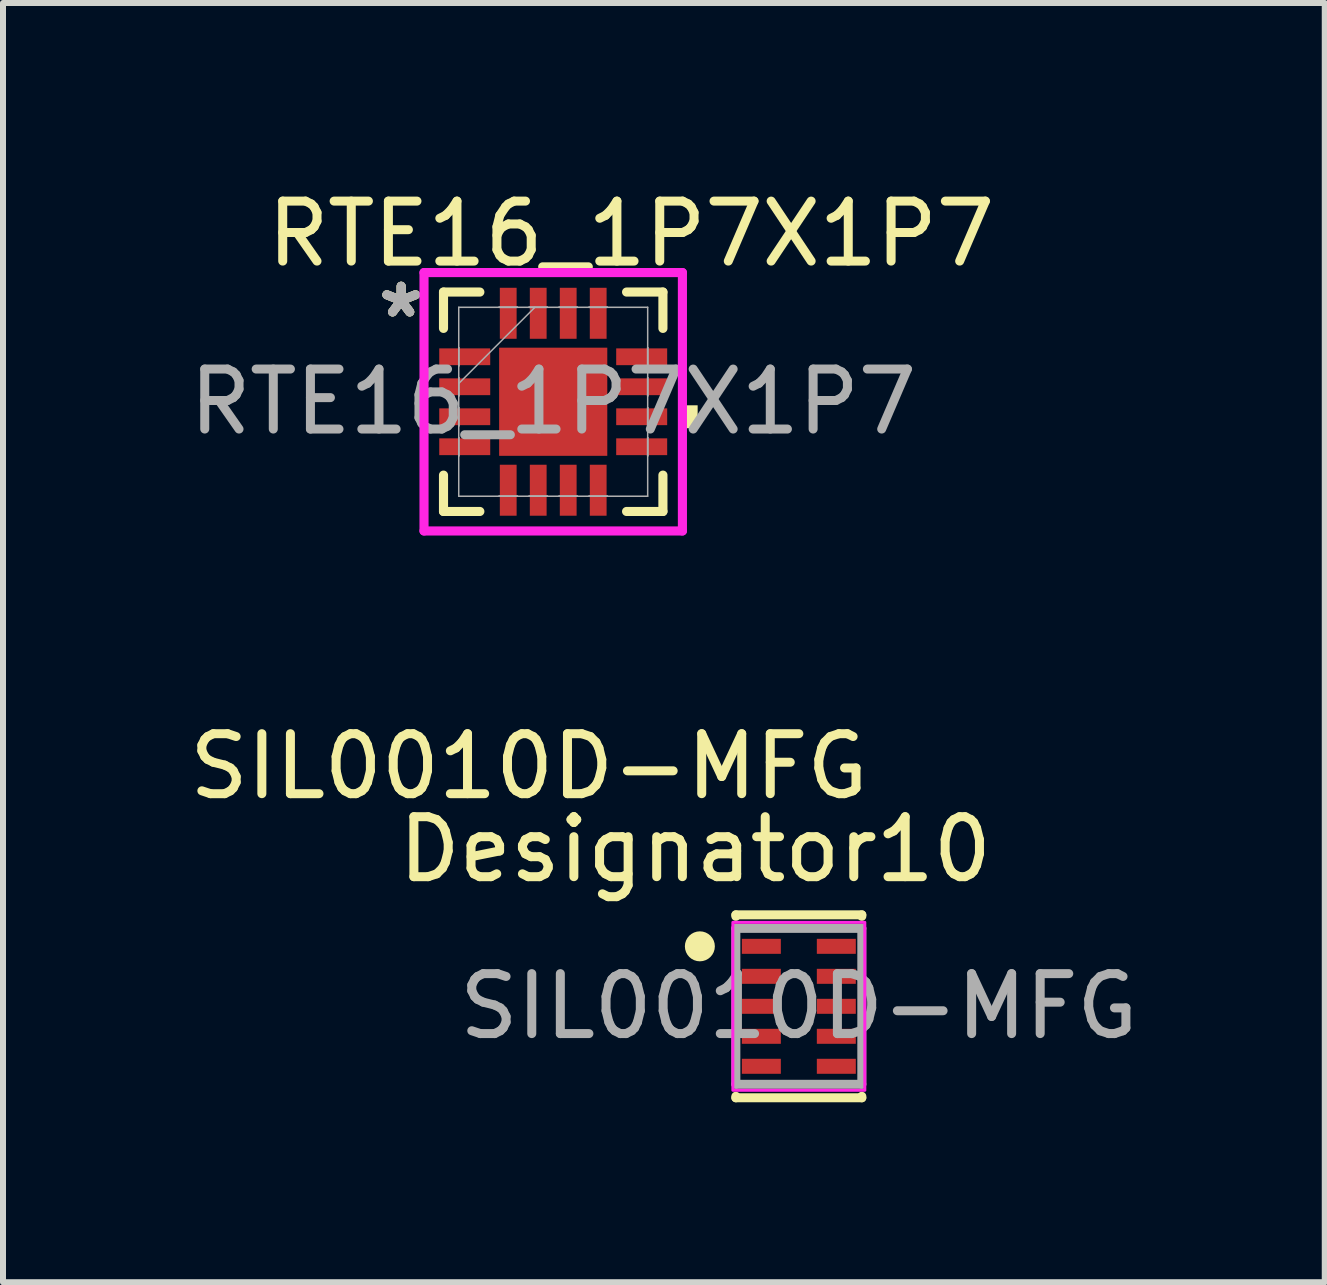
<source format=kicad_pcb>
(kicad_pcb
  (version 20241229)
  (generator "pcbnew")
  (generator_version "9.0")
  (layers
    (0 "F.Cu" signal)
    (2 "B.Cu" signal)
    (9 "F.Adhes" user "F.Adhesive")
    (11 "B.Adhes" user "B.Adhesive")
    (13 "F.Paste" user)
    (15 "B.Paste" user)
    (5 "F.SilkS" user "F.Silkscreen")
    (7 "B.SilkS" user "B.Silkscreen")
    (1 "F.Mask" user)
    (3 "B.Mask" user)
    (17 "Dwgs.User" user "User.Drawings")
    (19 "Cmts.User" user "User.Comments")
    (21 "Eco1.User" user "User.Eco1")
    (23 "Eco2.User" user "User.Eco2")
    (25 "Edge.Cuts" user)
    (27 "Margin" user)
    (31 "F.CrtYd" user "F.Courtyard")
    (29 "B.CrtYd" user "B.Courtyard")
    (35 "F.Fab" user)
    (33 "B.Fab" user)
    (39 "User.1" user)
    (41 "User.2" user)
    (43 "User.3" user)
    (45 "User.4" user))
  (footprint "RTE16_1P7X1P7"
    (layer "F.Cu")
    (at 6.173 3.648)
    (property "Reference" "RTE16_1P7X1P7" (at 1.3 -2.8 0) (unlocked yes) (layer "F.SilkS") (effects (font (size 1 1) (thickness 0.15))))
    (attr smd)
    (fp_poly (pts (xy -1.97 -0.96) (xy -1.97 -0.54) (xy -0.98 -0.54) (xy -0.98 -0.96)) (stroke (width 0) (type solid)) (fill yes) (layer "F.Mask"))
    (fp_poly (pts (xy -1.97 -0.46) (xy -1.97 -0.04) (xy -0.98 -0.04) (xy -0.98 -0.46)) (stroke (width 0) (type solid)) (fill yes) (layer "F.Mask"))
    (fp_poly (pts (xy -1.97 0.04) (xy -1.97 0.46) (xy -0.98 0.46) (xy -0.98 0.04)) (stroke (width 0) (type solid)) (fill yes) (layer "F.Mask"))
    (fp_poly (pts (xy -1.97 0.54) (xy -1.97 0.96) (xy -0.98 0.96) (xy -0.98 0.54)) (stroke (width 0) (type solid)) (fill yes) (layer "F.Mask"))
    (fp_poly (pts (xy -0.965 -0.965) (xy -0.594 -0.965) (xy -0.594 0.965) (xy -0.965 0.965)) (stroke (width 0) (type solid)) (fill yes) (layer "F.Mask"))
    (fp_poly (pts (xy -0.965 -0.965) (xy 0.965 -0.965) (xy 0.965 -0.594) (xy -0.965 -0.594)) (stroke (width 0) (type solid)) (fill yes) (layer "F.Mask"))
    (fp_poly (pts (xy -0.965 -0.194) (xy 0.965 -0.194) (xy 0.965 0.194) (xy -0.965 0.194)) (stroke (width 0) (type solid)) (fill yes) (layer "F.Mask"))
    (fp_poly (pts (xy -0.965 0.594) (xy 0.965 0.594) (xy 0.965 0.965) (xy -0.965 0.965)) (stroke (width 0) (type solid)) (fill yes) (layer "F.Mask"))
    (fp_poly (pts (xy -0.96 -1.97) (xy -0.96 -0.98) (xy -0.54 -0.98) (xy -0.54 -1.97)) (stroke (width 0) (type solid)) (fill yes) (layer "F.Mask"))
    (fp_poly (pts (xy -0.96 0.98) (xy -0.96 1.97) (xy -0.54 1.97) (xy -0.54 0.98)) (stroke (width 0) (type solid)) (fill yes) (layer "F.Mask"))
    (fp_poly (pts (xy -0.46 -1.97) (xy -0.46 -0.98) (xy -0.04 -0.98) (xy -0.04 -1.97)) (stroke (width 0) (type solid)) (fill yes) (layer "F.Mask"))
    (fp_poly (pts (xy -0.46 0.98) (xy -0.46 1.97) (xy -0.04 1.97) (xy -0.04 0.98)) (stroke (width 0) (type solid)) (fill yes) (layer "F.Mask"))
    (fp_poly (pts (xy 0.04 -1.97) (xy 0.04 -0.98) (xy 0.46 -0.98) (xy 0.46 -1.97)) (stroke (width 0) (type solid)) (fill yes) (layer "F.Mask"))
    (fp_poly (pts (xy 0.04 0.98) (xy 0.04 1.97) (xy 0.46 1.97) (xy 0.46 0.98)) (stroke (width 0) (type solid)) (fill yes) (layer "F.Mask"))
    (fp_poly (pts (xy 0.194 -0.965) (xy -0.194 -0.965) (xy -0.194 0.965) (xy 0.194 0.965)) (stroke (width 0) (type solid)) (fill yes) (layer "F.Mask"))
    (fp_poly (pts (xy 0.54 -1.97) (xy 0.54 -0.98) (xy 0.96 -0.98) (xy 0.96 -1.97)) (stroke (width 0) (type solid)) (fill yes) (layer "F.Mask"))
    (fp_poly (pts (xy 0.54 0.98) (xy 0.54 1.97) (xy 0.96 1.97) (xy 0.96 0.98)) (stroke (width 0) (type solid)) (fill yes) (layer "F.Mask"))
    (fp_poly (pts (xy 0.594 -0.965) (xy 0.965 -0.965) (xy 0.965 0.965) (xy 0.594 0.965)) (stroke (width 0) (type solid)) (fill yes) (layer "F.Mask"))
    (fp_poly (pts (xy 0.98 -0.96) (xy 0.98 -0.54) (xy 1.97 -0.54) (xy 1.97 -0.96)) (stroke (width 0) (type solid)) (fill yes) (layer "F.Mask"))
    (fp_poly (pts (xy 0.98 -0.46) (xy 0.98 -0.04) (xy 1.97 -0.04) (xy 1.97 -0.46)) (stroke (width 0) (type solid)) (fill yes) (layer "F.Mask"))
    (fp_poly (pts (xy 0.98 0.04) (xy 0.98 0.46) (xy 1.97 0.46) (xy 1.97 0.04)) (stroke (width 0) (type solid)) (fill yes) (layer "F.Mask"))
    (fp_poly (pts (xy 0.98 0.54) (xy 0.98 0.96) (xy 1.97 0.96) (xy 1.97 0.54)) (stroke (width 0) (type solid)) (fill yes) (layer "F.Mask"))
    (fp_line (start -1.829 -1.829) (end -1.829 -1.223) (stroke (width 0.152) (type solid)) (layer "F.SilkS"))
    (fp_line (start -1.829 1.223) (end -1.829 1.829) (stroke (width 0.152) (type solid)) (layer "F.SilkS"))
    (fp_line (start -1.829 1.829) (end -1.223 1.829) (stroke (width 0.152) (type solid)) (layer "F.SilkS"))
    (fp_line (start -1.223 -1.829) (end -1.829 -1.829) (stroke (width 0.152) (type solid)) (layer "F.SilkS"))
    (fp_line (start 1.223 1.829) (end 1.829 1.829) (stroke (width 0.152) (type solid)) (layer "F.SilkS"))
    (fp_line (start 1.829 -1.829) (end 1.223 -1.829) (stroke (width 0.152) (type solid)) (layer "F.SilkS"))
    (fp_line (start 1.829 -1.223) (end 1.829 -1.829) (stroke (width 0.152) (type solid)) (layer "F.SilkS"))
    (fp_line (start 1.829 1.829) (end 1.829 1.223) (stroke (width 0.152) (type solid)) (layer "F.SilkS"))
    (fp_poly (pts (xy 2.408 0.059) (xy 2.408 0.441) (xy 2.154 0.441) (xy 2.154 0.059)) (stroke (width 0) (type solid)) (fill yes) (layer "F.SilkS"))
    (fp_poly (pts (xy -1.875 -0.865) (xy -1.875 -0.635) (xy -1.075 -0.635) (xy -1.075 -0.865)) (stroke (width 0) (type solid)) (fill yes) (layer "F.Paste"))
    (fp_poly (pts (xy -1.875 -0.365) (xy -1.875 -0.135) (xy -1.075 -0.135) (xy -1.075 -0.365)) (stroke (width 0) (type solid)) (fill yes) (layer "F.Paste"))
    (fp_poly (pts (xy -1.875 0.135) (xy -1.875 0.365) (xy -1.075 0.365) (xy -1.075 0.135)) (stroke (width 0) (type solid)) (fill yes) (layer "F.Paste"))
    (fp_poly (pts (xy -1.875 0.635) (xy -1.875 0.865) (xy -1.075 0.865) (xy -1.075 0.635)) (stroke (width 0) (type solid)) (fill yes) (layer "F.Paste"))
    (fp_poly (pts (xy -0.865 -1.875) (xy -0.865 -1.075) (xy -0.635 -1.075) (xy -0.635 -1.875)) (stroke (width 0) (type solid)) (fill yes) (layer "F.Paste"))
    (fp_poly (pts (xy -0.865 1.075) (xy -0.865 1.875) (xy -0.635 1.875) (xy -0.635 1.075)) (stroke (width 0) (type solid)) (fill yes) (layer "F.Paste"))
    (fp_poly (pts (xy -0.365 -1.875) (xy -0.365 -1.075) (xy -0.135 -1.075) (xy -0.135 -1.875)) (stroke (width 0) (type solid)) (fill yes) (layer "F.Paste"))
    (fp_poly (pts (xy -0.365 1.075) (xy -0.365 1.875) (xy -0.135 1.875) (xy -0.135 1.075)) (stroke (width 0) (type solid)) (fill yes) (layer "F.Paste"))
    (fp_poly (pts (xy 0.135 -1.875) (xy 0.135 -1.075) (xy 0.365 -1.075) (xy 0.365 -1.875)) (stroke (width 0) (type solid)) (fill yes) (layer "F.Paste"))
    (fp_poly (pts (xy 0.135 1.075) (xy 0.135 1.875) (xy 0.365 1.875) (xy 0.365 1.075)) (stroke (width 0) (type solid)) (fill yes) (layer "F.Paste"))
    (fp_poly (pts (xy 0.635 -1.875) (xy 0.635 -1.075) (xy 0.865 -1.075) (xy 0.865 -1.875)) (stroke (width 0) (type solid)) (fill yes) (layer "F.Paste"))
    (fp_poly (pts (xy 0.635 1.075) (xy 0.635 1.875) (xy 0.865 1.875) (xy 0.865 1.075)) (stroke (width 0) (type solid)) (fill yes) (layer "F.Paste"))
    (fp_poly (pts (xy 1.075 -0.865) (xy 1.075 -0.635) (xy 1.875 -0.635) (xy 1.875 -0.865)) (stroke (width 0) (type solid)) (fill yes) (layer "F.Paste"))
    (fp_poly (pts (xy 1.075 -0.365) (xy 1.075 -0.135) (xy 1.875 -0.135) (xy 1.875 -0.365)) (stroke (width 0) (type solid)) (fill yes) (layer "F.Paste"))
    (fp_poly (pts (xy 1.075 0.135) (xy 1.075 0.365) (xy 1.875 0.365) (xy 1.875 0.135)) (stroke (width 0) (type solid)) (fill yes) (layer "F.Paste"))
    (fp_poly (pts (xy 1.075 0.635) (xy 1.075 0.865) (xy 1.875 0.865) (xy 1.875 0.635)) (stroke (width 0) (type solid)) (fill yes) (layer "F.Paste"))
    (fp_poly (pts (xy -0.827 -0.827) (xy -0.827 -0.494) (xy -0.635 -0.494) (xy -0.494 -0.635) (xy -0.494 -0.827)) (stroke (width 0) (type solid)) (fill yes) (layer "F.Paste"))
    (fp_poly (pts (xy -0.827 0.494) (xy -0.827 0.827) (xy -0.494 0.827) (xy -0.494 0.635) (xy -0.635 0.494)) (stroke (width 0) (type solid)) (fill yes) (layer "F.Paste"))
    (fp_poly (pts (xy 0.494 -0.827) (xy 0.494 -0.635) (xy 0.635 -0.494) (xy 0.827 -0.494) (xy 0.827 -0.827)) (stroke (width 0) (type solid)) (fill yes) (layer "F.Paste"))
    (fp_poly (pts (xy 0.635 0.494) (xy 0.494 0.635) (xy 0.494 0.827) (xy 0.827 0.827) (xy 0.827 0.494)) (stroke (width 0) (type solid)) (fill yes) (layer "F.Paste"))
    (fp_poly (pts (xy -0.827 -0.294) (xy -0.827 0.294) (xy -0.635 0.294) (xy -0.494 0.152) (xy -0.494 -0.152) (xy -0.635 -0.294)) (stroke (width 0) (type solid)) (fill yes) (layer "F.Paste"))
    (fp_poly (pts (xy -0.294 -0.827) (xy -0.294 -0.635) (xy -0.152 -0.494) (xy 0.152 -0.494) (xy 0.294 -0.635) (xy 0.294 -0.827)) (stroke (width 0) (type solid)) (fill yes) (layer "F.Paste"))
    (fp_poly (pts (xy -0.152 0.494) (xy -0.294 0.635) (xy -0.294 0.827) (xy 0.294 0.827) (xy 0.294 0.635) (xy 0.152 0.494)) (stroke (width 0) (type solid)) (fill yes) (layer "F.Paste"))
    (fp_poly (pts (xy 0.635 -0.294) (xy 0.494 -0.152) (xy 0.494 0.152) (xy 0.635 0.294) (xy 0.827 0.294) (xy 0.827 -0.294)) (stroke (width 0) (type solid)) (fill yes) (layer "F.Paste"))
    (fp_poly (pts (xy -0.152 -0.294) (xy -0.294 -0.152) (xy -0.294 0.152) (xy -0.152 0.294) (xy 0.152 0.294) (xy 0.294 0.152) (xy 0.294 -0.152) (xy 0.152 -0.294)) (stroke (width 0) (type solid)) (fill yes) (layer "F.Paste"))
    (fp_line (start -2.154 -2.154) (end 2.154 -2.154) (stroke (width 0.152) (type solid)) (layer "F.CrtYd"))
    (fp_line (start -2.154 2.154) (end -2.154 -2.154) (stroke (width 0.152) (type solid)) (layer "F.CrtYd"))
    (fp_line (start 2.154 -2.154) (end 2.154 2.154) (stroke (width 0.152) (type solid)) (layer "F.CrtYd"))
    (fp_line (start 2.154 2.154) (end -2.154 2.154) (stroke (width 0.152) (type solid)) (layer "F.CrtYd"))
    (fp_line (start -1.575 -1.575) (end -1.575 1.575) (stroke (width 0.025) (type solid)) (layer "F.Fab"))
    (fp_line (start -1.575 -0.902) (end -1.575 -0.902) (stroke (width 0.025) (type solid)) (layer "F.Fab"))
    (fp_line (start -1.575 -0.902) (end -1.575 -0.598) (stroke (width 0.025) (type solid)) (layer "F.Fab"))
    (fp_line (start -1.575 -0.598) (end -1.575 -0.902) (stroke (width 0.025) (type solid)) (layer "F.Fab"))
    (fp_line (start -1.575 -0.598) (end -1.575 -0.598) (stroke (width 0.025) (type solid)) (layer "F.Fab"))
    (fp_line (start -1.575 -0.402) (end -1.575 -0.402) (stroke (width 0.025) (type solid)) (layer "F.Fab"))
    (fp_line (start -1.575 -0.402) (end -1.575 -0.098) (stroke (width 0.025) (type solid)) (layer "F.Fab"))
    (fp_line (start -1.575 -0.305) (end -0.305 -1.575) (stroke (width 0.025) (type solid)) (layer "F.Fab"))
    (fp_line (start -1.575 -0.098) (end -1.575 -0.402) (stroke (width 0.025) (type solid)) (layer "F.Fab"))
    (fp_line (start -1.575 -0.098) (end -1.575 -0.098) (stroke (width 0.025) (type solid)) (layer "F.Fab"))
    (fp_line (start -1.575 0.098) (end -1.575 0.098) (stroke (width 0.025) (type solid)) (layer "F.Fab"))
    (fp_line (start -1.575 0.098) (end -1.575 0.402) (stroke (width 0.025) (type solid)) (layer "F.Fab"))
    (fp_line (start -1.575 0.402) (end -1.575 0.098) (stroke (width 0.025) (type solid)) (layer "F.Fab"))
    (fp_line (start -1.575 0.402) (end -1.575 0.402) (stroke (width 0.025) (type solid)) (layer "F.Fab"))
    (fp_line (start -1.575 0.598) (end -1.575 0.598) (stroke (width 0.025) (type solid)) (layer "F.Fab"))
    (fp_line (start -1.575 0.598) (end -1.575 0.902) (stroke (width 0.025) (type solid)) (layer "F.Fab"))
    (fp_line (start -1.575 0.902) (end -1.575 0.598) (stroke (width 0.025) (type solid)) (layer "F.Fab"))
    (fp_line (start -1.575 0.902) (end -1.575 0.902) (stroke (width 0.025) (type solid)) (layer "F.Fab"))
    (fp_line (start -1.575 1.575) (end 1.575 1.575) (stroke (width 0.025) (type solid)) (layer "F.Fab"))
    (fp_line (start -0.902 -1.575) (end -0.902 -1.575) (stroke (width 0.025) (type solid)) (layer "F.Fab"))
    (fp_line (start -0.902 -1.575) (end -0.598 -1.575) (stroke (width 0.025) (type solid)) (layer "F.Fab"))
    (fp_line (start -0.902 1.575) (end -0.902 1.575) (stroke (width 0.025) (type solid)) (layer "F.Fab"))
    (fp_line (start -0.902 1.575) (end -0.598 1.575) (stroke (width 0.025) (type solid)) (layer "F.Fab"))
    (fp_line (start -0.598 -1.575) (end -0.902 -1.575) (stroke (width 0.025) (type solid)) (layer "F.Fab"))
    (fp_line (start -0.598 -1.575) (end -0.598 -1.575) (stroke (width 0.025) (type solid)) (layer "F.Fab"))
    (fp_line (start -0.598 1.575) (end -0.902 1.575) (stroke (width 0.025) (type solid)) (layer "F.Fab"))
    (fp_line (start -0.598 1.575) (end -0.598 1.575) (stroke (width 0.025) (type solid)) (layer "F.Fab"))
    (fp_line (start -0.402 -1.575) (end -0.402 -1.575) (stroke (width 0.025) (type solid)) (layer "F.Fab"))
    (fp_line (start -0.402 -1.575) (end -0.098 -1.575) (stroke (width 0.025) (type solid)) (layer "F.Fab"))
    (fp_line (start -0.402 1.575) (end -0.402 1.575) (stroke (width 0.025) (type solid)) (layer "F.Fab"))
    (fp_line (start -0.402 1.575) (end -0.098 1.575) (stroke (width 0.025) (type solid)) (layer "F.Fab"))
    (fp_line (start -0.098 -1.575) (end -0.402 -1.575) (stroke (width 0.025) (type solid)) (layer "F.Fab"))
    (fp_line (start -0.098 -1.575) (end -0.098 -1.575) (stroke (width 0.025) (type solid)) (layer "F.Fab"))
    (fp_line (start -0.098 1.575) (end -0.402 1.575) (stroke (width 0.025) (type solid)) (layer "F.Fab"))
    (fp_line (start -0.098 1.575) (end -0.098 1.575) (stroke (width 0.025) (type solid)) (layer "F.Fab"))
    (fp_line (start 0.098 -1.575) (end 0.098 -1.575) (stroke (width 0.025) (type solid)) (layer "F.Fab"))
    (fp_line (start 0.098 -1.575) (end 0.402 -1.575) (stroke (width 0.025) (type solid)) (layer "F.Fab"))
    (fp_line (start 0.098 1.575) (end 0.098 1.575) (stroke (width 0.025) (type solid)) (layer "F.Fab"))
    (fp_line (start 0.098 1.575) (end 0.402 1.575) (stroke (width 0.025) (type solid)) (layer "F.Fab"))
    (fp_line (start 0.402 -1.575) (end 0.098 -1.575) (stroke (width 0.025) (type solid)) (layer "F.Fab"))
    (fp_line (start 0.402 -1.575) (end 0.402 -1.575) (stroke (width 0.025) (type solid)) (layer "F.Fab"))
    (fp_line (start 0.402 1.575) (end 0.098 1.575) (stroke (width 0.025) (type solid)) (layer "F.Fab"))
    (fp_line (start 0.402 1.575) (end 0.402 1.575) (stroke (width 0.025) (type solid)) (layer "F.Fab"))
    (fp_line (start 0.598 -1.575) (end 0.598 -1.575) (stroke (width 0.025) (type solid)) (layer "F.Fab"))
    (fp_line (start 0.598 -1.575) (end 0.902 -1.575) (stroke (width 0.025) (type solid)) (layer "F.Fab"))
    (fp_line (start 0.598 1.575) (end 0.598 1.575) (stroke (width 0.025) (type solid)) (layer "F.Fab"))
    (fp_line (start 0.598 1.575) (end 0.902 1.575) (stroke (width 0.025) (type solid)) (layer "F.Fab"))
    (fp_line (start 0.902 -1.575) (end 0.598 -1.575) (stroke (width 0.025) (type solid)) (layer "F.Fab"))
    (fp_line (start 0.902 -1.575) (end 0.902 -1.575) (stroke (width 0.025) (type solid)) (layer "F.Fab"))
    (fp_line (start 0.902 1.575) (end 0.598 1.575) (stroke (width 0.025) (type solid)) (layer "F.Fab"))
    (fp_line (start 0.902 1.575) (end 0.902 1.575) (stroke (width 0.025) (type solid)) (layer "F.Fab"))
    (fp_line (start 1.575 -1.575) (end -1.575 -1.575) (stroke (width 0.025) (type solid)) (layer "F.Fab"))
    (fp_line (start 1.575 -0.902) (end 1.575 -0.902) (stroke (width 0.025) (type solid)) (layer "F.Fab"))
    (fp_line (start 1.575 -0.902) (end 1.575 -0.598) (stroke (width 0.025) (type solid)) (layer "F.Fab"))
    (fp_line (start 1.575 -0.598) (end 1.575 -0.902) (stroke (width 0.025) (type solid)) (layer "F.Fab"))
    (fp_line (start 1.575 -0.598) (end 1.575 -0.598) (stroke (width 0.025) (type solid)) (layer "F.Fab"))
    (fp_line (start 1.575 -0.402) (end 1.575 -0.402) (stroke (width 0.025) (type solid)) (layer "F.Fab"))
    (fp_line (start 1.575 -0.402) (end 1.575 -0.098) (stroke (width 0.025) (type solid)) (layer "F.Fab"))
    (fp_line (start 1.575 -0.098) (end 1.575 -0.402) (stroke (width 0.025) (type solid)) (layer "F.Fab"))
    (fp_line (start 1.575 -0.098) (end 1.575 -0.098) (stroke (width 0.025) (type solid)) (layer "F.Fab"))
    (fp_line (start 1.575 0.098) (end 1.575 0.098) (stroke (width 0.025) (type solid)) (layer "F.Fab"))
    (fp_line (start 1.575 0.098) (end 1.575 0.402) (stroke (width 0.025) (type solid)) (layer "F.Fab"))
    (fp_line (start 1.575 0.402) (end 1.575 0.098) (stroke (width 0.025) (type solid)) (layer "F.Fab"))
    (fp_line (start 1.575 0.402) (end 1.575 0.402) (stroke (width 0.025) (type solid)) (layer "F.Fab"))
    (fp_line (start 1.575 0.598) (end 1.575 0.598) (stroke (width 0.025) (type solid)) (layer "F.Fab"))
    (fp_line (start 1.575 0.598) (end 1.575 0.902) (stroke (width 0.025) (type solid)) (layer "F.Fab"))
    (fp_line (start 1.575 0.902) (end 1.575 0.598) (stroke (width 0.025) (type solid)) (layer "F.Fab"))
    (fp_line (start 1.575 0.902) (end 1.575 0.902) (stroke (width 0.025) (type solid)) (layer "F.Fab"))
    (fp_line (start 1.575 1.575) (end 1.575 -1.575) (stroke (width 0.025) (type solid)) (layer "F.Fab"))
    (fp_text user "*" (at -2.535 -1.381 0) (unlocked yes) (layer "F.SilkS") (effects (font (size 1 1) (thickness 0.15))))
    (fp_text user "*" (at -2.535 -1.381 0) (layer "F.SilkS") (effects (font (size 1 1) (thickness 0.15))))
    (fp_text user "*" (at -2.535 -1.381 0) (layer "F.Fab") (effects (font (size 1 1) (thickness 0.15))))
    (fp_text user "*" (at -2.535 -1.381 0) (unlocked yes) (layer "F.Fab") (effects (font (size 1 1) (thickness 0.15))))
    (fp_text user "${REFERENCE}" (at 0 0 0) (unlocked yes) (layer "F.Fab") (effects (font (size 1 1) (thickness 0.15))))
    (pad "1" smd rect (at -1.475 -0.75 90) (size 0.28 0.85) (layers "F.Cu" "F.Mask"))
    (pad "2" smd rect (at -1.475 -0.25 90) (size 0.28 0.85) (layers "F.Cu" "F.Mask"))
    (pad "3" smd rect (at -1.475 0.25 90) (size 0.28 0.85) (layers "F.Cu" "F.Mask"))
    (pad "4" smd rect (at -1.475 0.75 90) (size 0.28 0.85) (layers "F.Cu" "F.Mask"))
    (pad "5" smd rect (at -0.75 1.475) (size 0.28 0.85) (layers "F.Cu" "F.Mask"))
    (pad "6" smd rect (at -0.25 1.475) (size 0.28 0.85) (layers "F.Cu" "F.Mask"))
    (pad "7" smd rect (at 0.25 1.475) (size 0.28 0.85) (layers "F.Cu" "F.Mask"))
    (pad "8" smd rect (at 0.75 1.475) (size 0.28 0.85) (layers "F.Cu" "F.Mask"))
    (pad "9" smd rect (at 1.475 0.75 90) (size 0.28 0.85) (layers "F.Cu" "F.Mask"))
    (pad "10" smd rect (at 1.475 0.25 90) (size 0.28 0.85) (layers "F.Cu" "F.Mask"))
    (pad "11" smd rect (at 1.475 -0.25 90) (size 0.28 0.85) (layers "F.Cu" "F.Mask"))
    (pad "12" smd rect (at 1.475 -0.75 90) (size 0.28 0.85) (layers "F.Cu" "F.Mask"))
    (pad "13" smd rect (at 0.75 -1.475) (size 0.28 0.85) (layers "F.Cu" "F.Mask"))
    (pad "14" smd rect (at 0.25 -1.475) (size 0.28 0.85) (layers "F.Cu" "F.Mask"))
    (pad "15" smd rect (at -0.25 -1.475) (size 0.28 0.85) (layers "F.Cu" "F.Mask"))
    (pad "16" smd rect (at -0.75 -1.475) (size 0.28 0.85) (layers "F.Cu" "F.Mask"))
    (pad "17" smd rect (at 0 0) (size 1.803 1.803) (layers "F.Cu")))
  (footprint "SIL0010D-MFG"
    (layer "F.Cu")
    (at 10.268 13.727)
    (property "Reference" "SIL0010D-MFG" (at -4.5 -4 0) (unlocked yes) (layer "F.SilkS") (effects (font (size 1 1) (thickness 0.15))))
    (attr smd)
    (fp_line (start -1.05 -1.525) (end 1.05 -1.525) (stroke (width 0.15) (type solid)) (layer "F.SilkS"))
    (fp_line (start -1.05 -1.5) (end -1.05 -1.525) (stroke (width 0.15) (type solid)) (layer "F.SilkS"))
    (fp_line (start -1.05 1.525) (end -1.05 1.5) (stroke (width 0.15) (type solid)) (layer "F.SilkS"))
    (fp_line (start -1.05 1.525) (end 1.05 1.525) (stroke (width 0.15) (type solid)) (layer "F.SilkS"))
    (fp_line (start 1.05 -1.5) (end 1.05 -1.525) (stroke (width 0.15) (type solid)) (layer "F.SilkS"))
    (fp_line (start 1.05 1.525) (end 1.05 1.5) (stroke (width 0.15) (type solid)) (layer "F.SilkS"))
    (fp_circle (center -1.65 -1) (end -1.525 -1) (stroke (width 0.25) (type solid)) (fill no) (layer "F.SilkS"))
    (fp_rect (start -1.1 -1.4) (end 1.1 1.4) (stroke (width 0.05) (type default)) (fill no) (layer "F.CrtYd"))
    (fp_line (start -1.05 -1.3) (end 1.05 -1.3) (stroke (width 0.15) (type solid)) (layer "F.Fab"))
    (fp_line (start -1.05 1.3) (end -1.05 -1.3) (stroke (width 0.15) (type solid)) (layer "F.Fab"))
    (fp_line (start -1.05 1.3) (end 1.05 1.3) (stroke (width 0.15) (type solid)) (layer "F.Fab"))
    (fp_line (start 1.05 1.3) (end 1.05 -1.3) (stroke (width 0.15) (type solid)) (layer "F.Fab"))
    (fp_text user "Designator10" (at -1.727 -2.616 0) (unlocked yes) (layer "F.SilkS") (effects (font (size 1 1) (thickness 0.15))))
    (fp_text user "${REFERENCE}" (at 0 0 0) (unlocked yes) (layer "F.Fab") (effects (font (size 1 1) (thickness 0.15))))
    (pad "1" smd rect (at -0.625 -1) (size 0.65 0.25) (layers "F.Cu" "F.Mask" "F.Paste"))
    (pad "2" smd rect (at -0.625 -0.5) (size 0.65 0.25) (layers "F.Cu" "F.Mask" "F.Paste"))
    (pad "3" smd rect (at -0.625 0) (size 0.65 0.25) (layers "F.Cu" "F.Mask" "F.Paste"))
    (pad "4" smd rect (at -0.625 0.5) (size 0.65 0.25) (layers "F.Cu" "F.Mask" "F.Paste"))
    (pad "5" smd rect (at -0.625 1) (size 0.65 0.25) (layers "F.Cu" "F.Mask" "F.Paste"))
    (pad "6" smd rect (at 0.625 1) (size 0.65 0.25) (layers "F.Cu" "F.Mask" "F.Paste"))
    (pad "7" smd rect (at 0.625 0.5) (size 0.65 0.25) (layers "F.Cu" "F.Mask" "F.Paste"))
    (pad "8" smd rect (at 0.625 0) (size 0.65 0.25) (layers "F.Cu" "F.Mask" "F.Paste"))
    (pad "9" smd rect (at 0.625 -0.5) (size 0.65 0.25) (layers "F.Cu" "F.Mask" "F.Paste"))
    (pad "10" smd rect (at 0.625 -1) (size 0.65 0.25) (layers "F.Cu" "F.Mask" "F.Paste")))
  (gr_rect
    (start -3 -3)
    (end 19.036 18.327)
    (stroke (width 0.1) (type default))
    (fill no)
    (layer "Edge.Cuts")))
</source>
